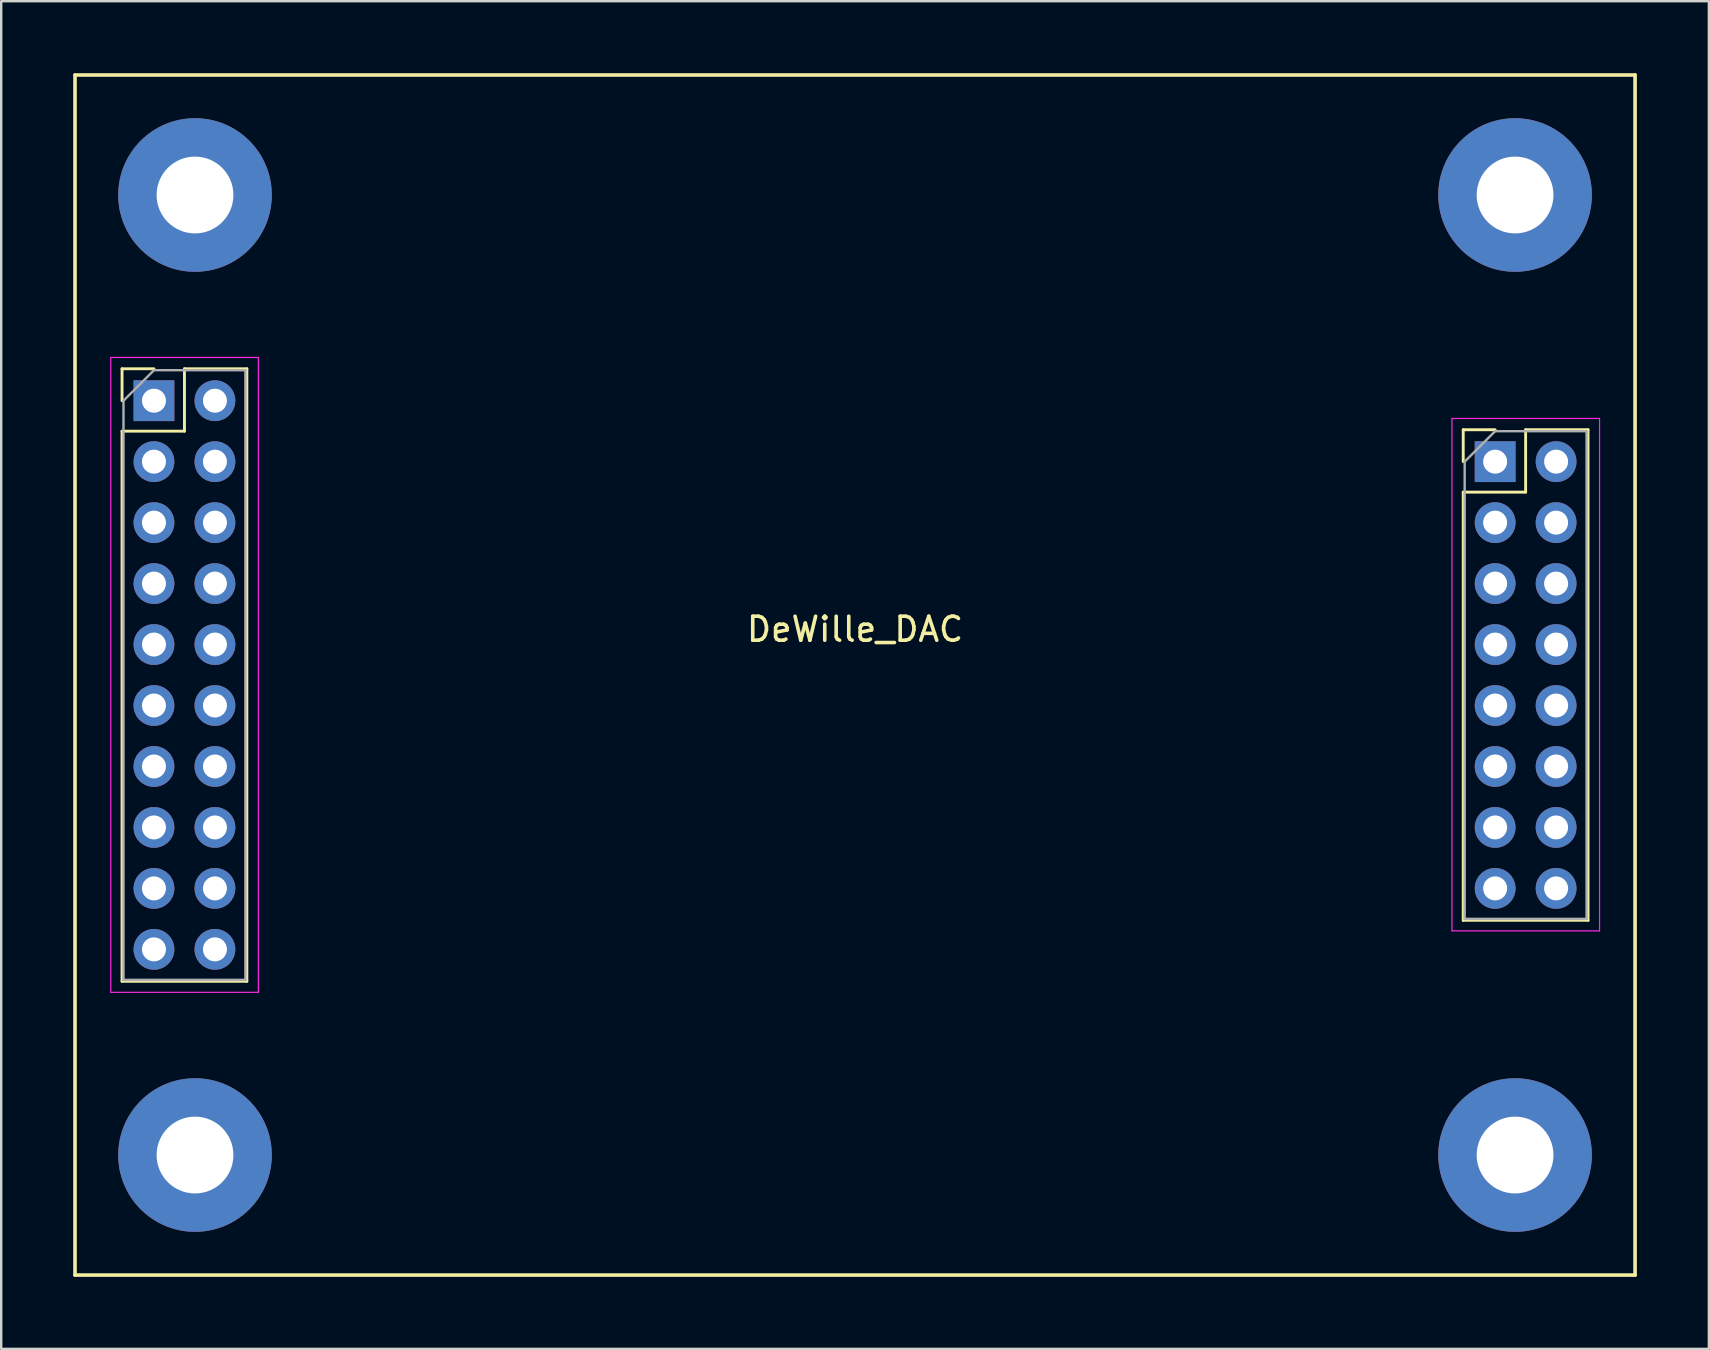
<source format=kicad_pcb>
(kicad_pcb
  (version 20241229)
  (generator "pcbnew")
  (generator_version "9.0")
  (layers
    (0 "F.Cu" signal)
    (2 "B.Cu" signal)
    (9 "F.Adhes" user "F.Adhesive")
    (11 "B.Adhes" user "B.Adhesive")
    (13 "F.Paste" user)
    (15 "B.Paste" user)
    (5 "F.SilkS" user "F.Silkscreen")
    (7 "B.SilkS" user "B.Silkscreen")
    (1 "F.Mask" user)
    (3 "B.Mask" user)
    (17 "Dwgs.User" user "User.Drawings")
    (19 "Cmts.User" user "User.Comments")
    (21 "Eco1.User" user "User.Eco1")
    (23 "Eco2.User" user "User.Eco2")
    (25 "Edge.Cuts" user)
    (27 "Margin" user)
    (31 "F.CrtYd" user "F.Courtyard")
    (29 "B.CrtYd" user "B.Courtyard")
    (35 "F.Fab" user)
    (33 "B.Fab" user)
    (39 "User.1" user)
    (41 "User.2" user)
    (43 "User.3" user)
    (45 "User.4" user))
  (footprint "DeWille_DAC"
    (layer "F.Cu")
    (at 32.575 25.075)
    (property "Reference" "DeWille_DAC" (at 0 -1.905 0) (layer "F.SilkS") (effects (font (size 1 1) (thickness 0.15))))
    (attr through_hole)
    (fp_line (start -32.5 -25) (end -32.5 25) (stroke (width 0.15) (type solid)) (layer "F.SilkS"))
    (fp_line (start -32.5 25) (end 32.5 25) (stroke (width 0.15) (type solid)) (layer "F.SilkS"))
    (fp_line (start -30.54 -12.76) (end -29.21 -12.76) (stroke (width 0.12) (type solid)) (layer "F.SilkS"))
    (fp_line (start -30.54 -11.43) (end -30.54 -12.76) (stroke (width 0.12) (type solid)) (layer "F.SilkS"))
    (fp_line (start -30.54 -10.16) (end -30.54 12.76) (stroke (width 0.12) (type solid)) (layer "F.SilkS"))
    (fp_line (start -30.54 -10.16) (end -27.94 -10.16) (stroke (width 0.12) (type solid)) (layer "F.SilkS"))
    (fp_line (start -30.54 12.76) (end -25.34 12.76) (stroke (width 0.12) (type solid)) (layer "F.SilkS"))
    (fp_line (start -27.94 -12.76) (end -25.34 -12.76) (stroke (width 0.12) (type solid)) (layer "F.SilkS"))
    (fp_line (start -27.94 -10.16) (end -27.94 -12.76) (stroke (width 0.12) (type solid)) (layer "F.SilkS"))
    (fp_line (start -25.34 -12.76) (end -25.34 12.76) (stroke (width 0.12) (type solid)) (layer "F.SilkS"))
    (fp_line (start 25.34 -10.22) (end 26.67 -10.22) (stroke (width 0.12) (type solid)) (layer "F.SilkS"))
    (fp_line (start 25.34 -8.89) (end 25.34 -10.22) (stroke (width 0.12) (type solid)) (layer "F.SilkS"))
    (fp_line (start 25.34 -7.62) (end 25.34 10.22) (stroke (width 0.12) (type solid)) (layer "F.SilkS"))
    (fp_line (start 25.34 -7.62) (end 27.94 -7.62) (stroke (width 0.12) (type solid)) (layer "F.SilkS"))
    (fp_line (start 25.34 10.22) (end 30.54 10.22) (stroke (width 0.12) (type solid)) (layer "F.SilkS"))
    (fp_line (start 27.94 -10.22) (end 30.54 -10.22) (stroke (width 0.12) (type solid)) (layer "F.SilkS"))
    (fp_line (start 27.94 -7.62) (end 27.94 -10.22) (stroke (width 0.12) (type solid)) (layer "F.SilkS"))
    (fp_line (start 30.54 -10.22) (end 30.54 10.22) (stroke (width 0.12) (type solid)) (layer "F.SilkS"))
    (fp_line (start 32.5 -25) (end -32.5 -25) (stroke (width 0.15) (type solid)) (layer "F.SilkS"))
    (fp_line (start 32.5 25) (end 32.5 -25) (stroke (width 0.15) (type solid)) (layer "F.SilkS"))
    (fp_line (start -31.01 -13.23) (end -31.01 13.22) (stroke (width 0.05) (type solid)) (layer "F.CrtYd"))
    (fp_line (start -31.01 13.22) (end -24.86 13.22) (stroke (width 0.05) (type solid)) (layer "F.CrtYd"))
    (fp_line (start -24.86 -13.23) (end -31.01 -13.23) (stroke (width 0.05) (type solid)) (layer "F.CrtYd"))
    (fp_line (start -24.86 13.22) (end -24.86 -13.23) (stroke (width 0.05) (type solid)) (layer "F.CrtYd"))
    (fp_line (start 24.87 -10.69) (end 24.87 10.66) (stroke (width 0.05) (type solid)) (layer "F.CrtYd"))
    (fp_line (start 24.87 10.66) (end 31.02 10.66) (stroke (width 0.05) (type solid)) (layer "F.CrtYd"))
    (fp_line (start 31.02 -10.69) (end 24.87 -10.69) (stroke (width 0.05) (type solid)) (layer "F.CrtYd"))
    (fp_line (start 31.02 10.66) (end 31.02 -10.69) (stroke (width 0.05) (type solid)) (layer "F.CrtYd"))
    (fp_line (start -30.48 -11.43) (end -29.21 -12.7) (stroke (width 0.1) (type solid)) (layer "F.Fab"))
    (fp_line (start -30.48 12.7) (end -30.48 -11.43) (stroke (width 0.1) (type solid)) (layer "F.Fab"))
    (fp_line (start -29.21 -12.7) (end -25.4 -12.7) (stroke (width 0.1) (type solid)) (layer "F.Fab"))
    (fp_line (start -25.4 -12.7) (end -25.4 12.7) (stroke (width 0.1) (type solid)) (layer "F.Fab"))
    (fp_line (start -25.4 12.7) (end -30.48 12.7) (stroke (width 0.1) (type solid)) (layer "F.Fab"))
    (fp_line (start 25.4 -8.89) (end 26.67 -10.16) (stroke (width 0.1) (type solid)) (layer "F.Fab"))
    (fp_line (start 25.4 10.16) (end 25.4 -8.89) (stroke (width 0.1) (type solid)) (layer "F.Fab"))
    (fp_line (start 26.67 -10.16) (end 30.48 -10.16) (stroke (width 0.1) (type solid)) (layer "F.Fab"))
    (fp_line (start 30.48 -10.16) (end 30.48 10.16) (stroke (width 0.1) (type solid)) (layer "F.Fab"))
    (fp_line (start 30.48 10.16) (end 25.4 10.16) (stroke (width 0.1) (type solid)) (layer "F.Fab"))
    (pad "+5V" thru_hole oval (at 26.67 -6.35) (size 1.7 1.7) (drill 1) (layers "*.Cu" "*.Mask"))
    (pad "+5V" thru_hole oval (at 29.21 -6.35) (size 1.7 1.7) (drill 1) (layers "*.Cu" "*.Mask"))
    (pad "+15V" thru_hole rect (at 26.67 -8.89) (size 1.7 1.7) (drill 1) (layers "*.Cu" "*.Mask"))
    (pad "+15V" thru_hole oval (at 29.21 -8.89) (size 1.7 1.7) (drill 1) (layers "*.Cu" "*.Mask"))
    (pad "-15V" thru_hole oval (at 26.67 8.89) (size 1.7 1.7) (drill 1) (layers "*.Cu" "*.Mask"))
    (pad "-15V" thru_hole oval (at 29.21 8.89) (size 1.7 1.7) (drill 1) (layers "*.Cu" "*.Mask"))
    (pad "0" thru_hole circle (at -27.5 -20) (size 6.4 6.4) (drill 3.2) (layers "*.Cu" "*.Mask"))
    (pad "0" thru_hole circle (at -27.5 20) (size 6.4 6.4) (drill 3.2) (layers "*.Cu" "*.Mask"))
    (pad "0" thru_hole oval (at 27.5 -20) (size 6.4 6.4) (drill 3.2) (layers "*.Cu" "*.Mask"))
    (pad "0" thru_hole circle (at 27.5 20) (size 6.4 6.4) (drill 3.2) (layers "*.Cu" "*.Mask"))
    (pad "BCK" thru_hole oval (at -26.67 -1.27) (size 1.7 1.7) (drill 1) (layers "*.Cu" "*.Mask"))
    (pad "DATA" thru_hole oval (at -26.67 -3.81) (size 1.7 1.7) (drill 1) (layers "*.Cu" "*.Mask"))
    (pad "GND" thru_hole rect (at -29.21 -11.43) (size 1.7 1.7) (drill 1) (layers "*.Cu" "*.Mask"))
    (pad "GND" thru_hole oval (at -29.21 -8.89) (size 1.7 1.7) (drill 1) (layers "*.Cu" "*.Mask"))
    (pad "GND" thru_hole oval (at -29.21 -6.35) (size 1.7 1.7) (drill 1) (layers "*.Cu" "*.Mask"))
    (pad "GND" thru_hole oval (at -29.21 -3.81) (size 1.7 1.7) (drill 1) (layers "*.Cu" "*.Mask"))
    (pad "GND" thru_hole oval (at -29.21 -1.27) (size 1.7 1.7) (drill 1) (layers "*.Cu" "*.Mask"))
    (pad "GND" thru_hole oval (at -29.21 1.27) (size 1.7 1.7) (drill 1) (layers "*.Cu" "*.Mask"))
    (pad "GND" thru_hole oval (at -29.21 3.81) (size 1.7 1.7) (drill 1) (layers "*.Cu" "*.Mask"))
    (pad "GND" thru_hole oval (at -29.21 6.35) (size 1.7 1.7) (drill 1) (layers "*.Cu" "*.Mask"))
    (pad "GND" thru_hole oval (at -29.21 8.89) (size 1.7 1.7) (drill 1) (layers "*.Cu" "*.Mask"))
    (pad "GND" thru_hole oval (at -29.21 11.43) (size 1.7 1.7) (drill 1) (layers "*.Cu" "*.Mask"))
    (pad "GND" thru_hole oval (at -26.67 -8.89) (size 1.7 1.7) (drill 1) (layers "*.Cu" "*.Mask"))
    (pad "GND" thru_hole oval (at 26.67 -3.81) (size 1.7 1.7) (drill 1) (layers "*.Cu" "*.Mask"))
    (pad "GND" thru_hole oval (at 26.67 3.81) (size 1.7 1.7) (drill 1) (layers "*.Cu" "*.Mask"))
    (pad "GND" thru_hole oval (at 26.67 6.35) (size 1.7 1.7) (drill 1) (layers "*.Cu" "*.Mask"))
    (pad "GND" thru_hole oval (at 29.21 -3.81) (size 1.7 1.7) (drill 1) (layers "*.Cu" "*.Mask"))
    (pad "GND" thru_hole oval (at 29.21 3.81) (size 1.7 1.7) (drill 1) (layers "*.Cu" "*.Mask"))
    (pad "GND" thru_hole oval (at 29.21 6.35) (size 1.7 1.7) (drill 1) (layers "*.Cu" "*.Mask"))
    (pad "IoutL+" thru_hole oval (at 26.67 -1.27) (size 1.7 1.7) (drill 1) (layers "*.Cu" "*.Mask"))
    (pad "IoutL-" thru_hole oval (at 29.21 -1.27) (size 1.7 1.7) (drill 1) (layers "*.Cu" "*.Mask"))
    (pad "IoutR+" thru_hole oval (at 26.67 1.27) (size 1.7 1.7) (drill 1) (layers "*.Cu" "*.Mask"))
    (pad "IoutR-" thru_hole oval (at 29.21 1.27) (size 1.7 1.7) (drill 1) (layers "*.Cu" "*.Mask"))
    (pad "LRCK" thru_hole oval (at -26.67 -6.35) (size 1.7 1.7) (drill 1) (layers "*.Cu" "*.Mask"))
    (pad "MISO" thru_hole oval (at -26.67 3.81) (size 1.7 1.7) (drill 1) (layers "*.Cu" "*.Mask"))
    (pad "MOSI" thru_hole oval (at -26.67 1.27) (size 1.7 1.7) (drill 1) (layers "*.Cu" "*.Mask"))
    (pad "SCK" thru_hole oval (at -26.67 -11.43) (size 1.7 1.7) (drill 1) (layers "*.Cu" "*.Mask"))
    (pad "SCLK" thru_hole oval (at -26.67 6.35) (size 1.7 1.7) (drill 1) (layers "*.Cu" "*.Mask"))
    (pad "~CS~" thru_hole oval (at -26.67 8.89) (size 1.7 1.7) (drill 1) (layers "*.Cu" "*.Mask"))
    (pad "~RST~" thru_hole oval (at -26.67 11.43) (size 1.7 1.7) (drill 1) (layers "*.Cu" "*.Mask")))
  (gr_rect
    (start -3 -3)
    (end 68.15 53.15)
    (stroke (width 0.1) (type default))
    (fill no)
    (layer "Edge.Cuts")))
</source>
